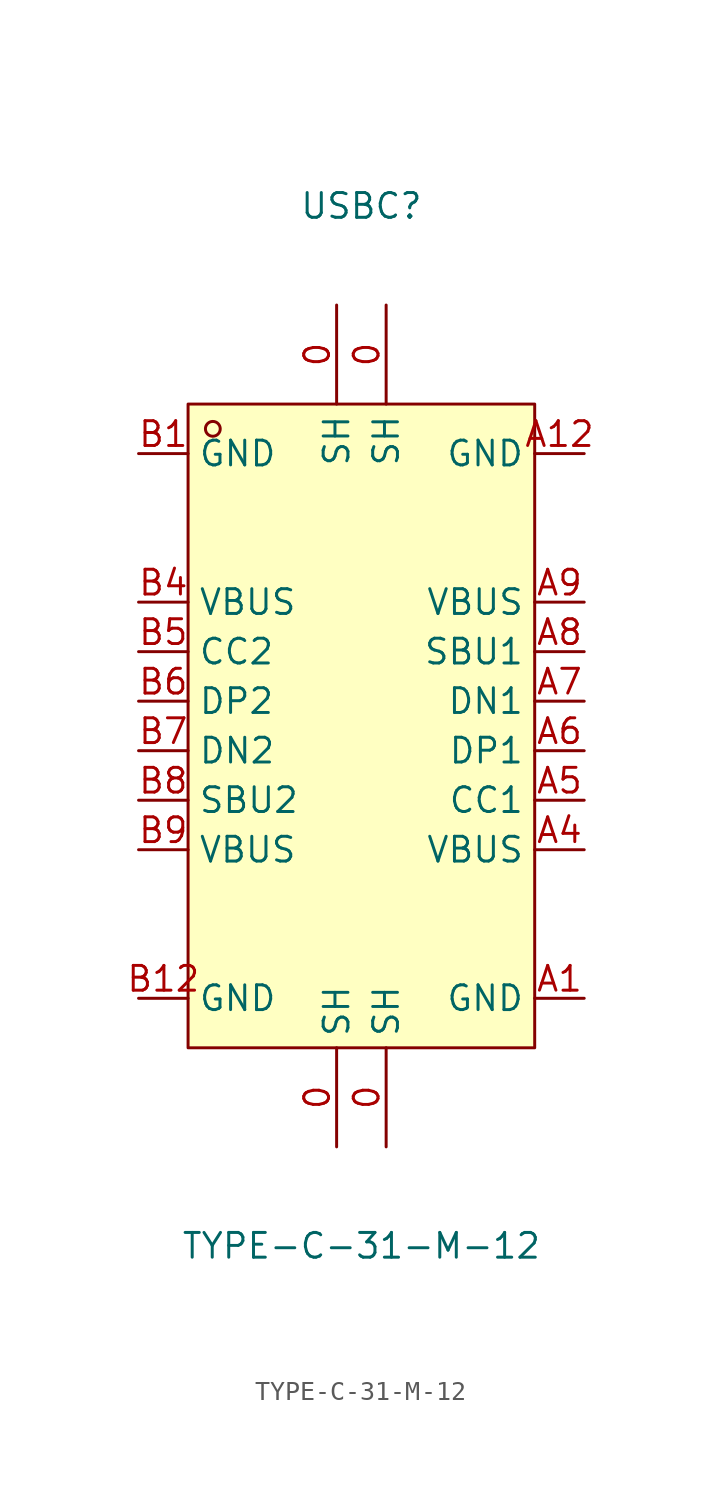
<source format=kicad_sym>
(kicad_symbol_lib
  (version 20231120)
  (generator "kicad_symbol_editor")
  (generator_version "8.0")
  (symbol "TYPE-C-31-M-12"
    (property "Reference" "USBC"
      (at 0 26.67 0)
      (effects (font (size 1.27 1.27))))
    (property "Value" "TYPE-C-31-M-12"
      (at 0 -26.67 0)
      (effects (font (size 1.27 1.27))))
    (symbol "TYPE-C-31-M-12_0_1"
      (rectangle (start -8.89 16.51) (end 8.89 -16.51) (stroke (width 0) (type default)) (fill (type background)))
      (circle (center -7.62 15.24) (radius 0.38) (stroke (width 0) (type default)) (fill (type none)))
      (pin unspecified line (at -1.27 -21.59 90) (length 5.08) (name "SH" (effects (font (size 1.27 1.27)))) (number "0" (effects (font (size 1.27 1.27)))))
      (pin unspecified line (at -1.27 21.59 270) (length 5.08) (name "SH" (effects (font (size 1.27 1.27)))) (number "0" (effects (font (size 1.27 1.27)))))
      (pin unspecified line (at 1.27 -21.59 90) (length 5.08) (name "SH" (effects (font (size 1.27 1.27)))) (number "0" (effects (font (size 1.27 1.27)))))
      (pin unspecified line (at 1.27 21.59 270) (length 5.08) (name "SH" (effects (font (size 1.27 1.27)))) (number "0" (effects (font (size 1.27 1.27)))))
      (pin unspecified line (at 11.43 -13.97 180) (length 2.54) (name "GND" (effects (font (size 1.27 1.27)))) (number "A1" (effects (font (size 1.27 1.27)))))
      (pin unspecified line (at 11.43 13.97 180) (length 2.54) (name "GND" (effects (font (size 1.27 1.27)))) (number "A12" (effects (font (size 1.27 1.27)))))
      (pin unspecified line (at 11.43 -6.35 180) (length 2.54) (name "VBUS" (effects (font (size 1.27 1.27)))) (number "A4" (effects (font (size 1.27 1.27)))))
      (pin unspecified line (at 11.43 -3.81 180) (length 2.54) (name "CC1" (effects (font (size 1.27 1.27)))) (number "A5" (effects (font (size 1.27 1.27)))))
      (pin unspecified line (at 11.43 -1.27 180) (length 2.54) (name "DP1" (effects (font (size 1.27 1.27)))) (number "A6" (effects (font (size 1.27 1.27)))))
      (pin unspecified line (at 11.43 1.27 180) (length 2.54) (name "DN1" (effects (font (size 1.27 1.27)))) (number "A7" (effects (font (size 1.27 1.27)))))
      (pin unspecified line (at 11.43 3.81 180) (length 2.54) (name "SBU1" (effects (font (size 1.27 1.27)))) (number "A8" (effects (font (size 1.27 1.27)))))
      (pin unspecified line (at 11.43 6.35 180) (length 2.54) (name "VBUS" (effects (font (size 1.27 1.27)))) (number "A9" (effects (font (size 1.27 1.27)))))
      (pin unspecified line (at -11.43 13.97 0) (length 2.54) (name "GND" (effects (font (size 1.27 1.27)))) (number "B1" (effects (font (size 1.27 1.27)))))
      (pin unspecified line (at -11.43 -13.97 0) (length 2.54) (name "GND" (effects (font (size 1.27 1.27)))) (number "B12" (effects (font (size 1.27 1.27)))))
      (pin unspecified line (at -11.43 6.35 0) (length 2.54) (name "VBUS" (effects (font (size 1.27 1.27)))) (number "B4" (effects (font (size 1.27 1.27)))))
      (pin unspecified line (at -11.43 3.81 0) (length 2.54) (name "CC2" (effects (font (size 1.27 1.27)))) (number "B5" (effects (font (size 1.27 1.27)))))
      (pin unspecified line (at -11.43 1.27 0) (length 2.54) (name "DP2" (effects (font (size 1.27 1.27)))) (number "B6" (effects (font (size 1.27 1.27)))))
      (pin unspecified line (at -11.43 -1.27 0) (length 2.54) (name "DN2" (effects (font (size 1.27 1.27)))) (number "B7" (effects (font (size 1.27 1.27)))))
      (pin unspecified line (at -11.43 -3.81 0) (length 2.54) (name "SBU2" (effects (font (size 1.27 1.27)))) (number "B8" (effects (font (size 1.27 1.27)))))
      (pin unspecified line (at -11.43 -6.35 0) (length 2.54) (name "VBUS" (effects (font (size 1.27 1.27)))) (number "B9" (effects (font (size 1.27 1.27))))))))
</source>
